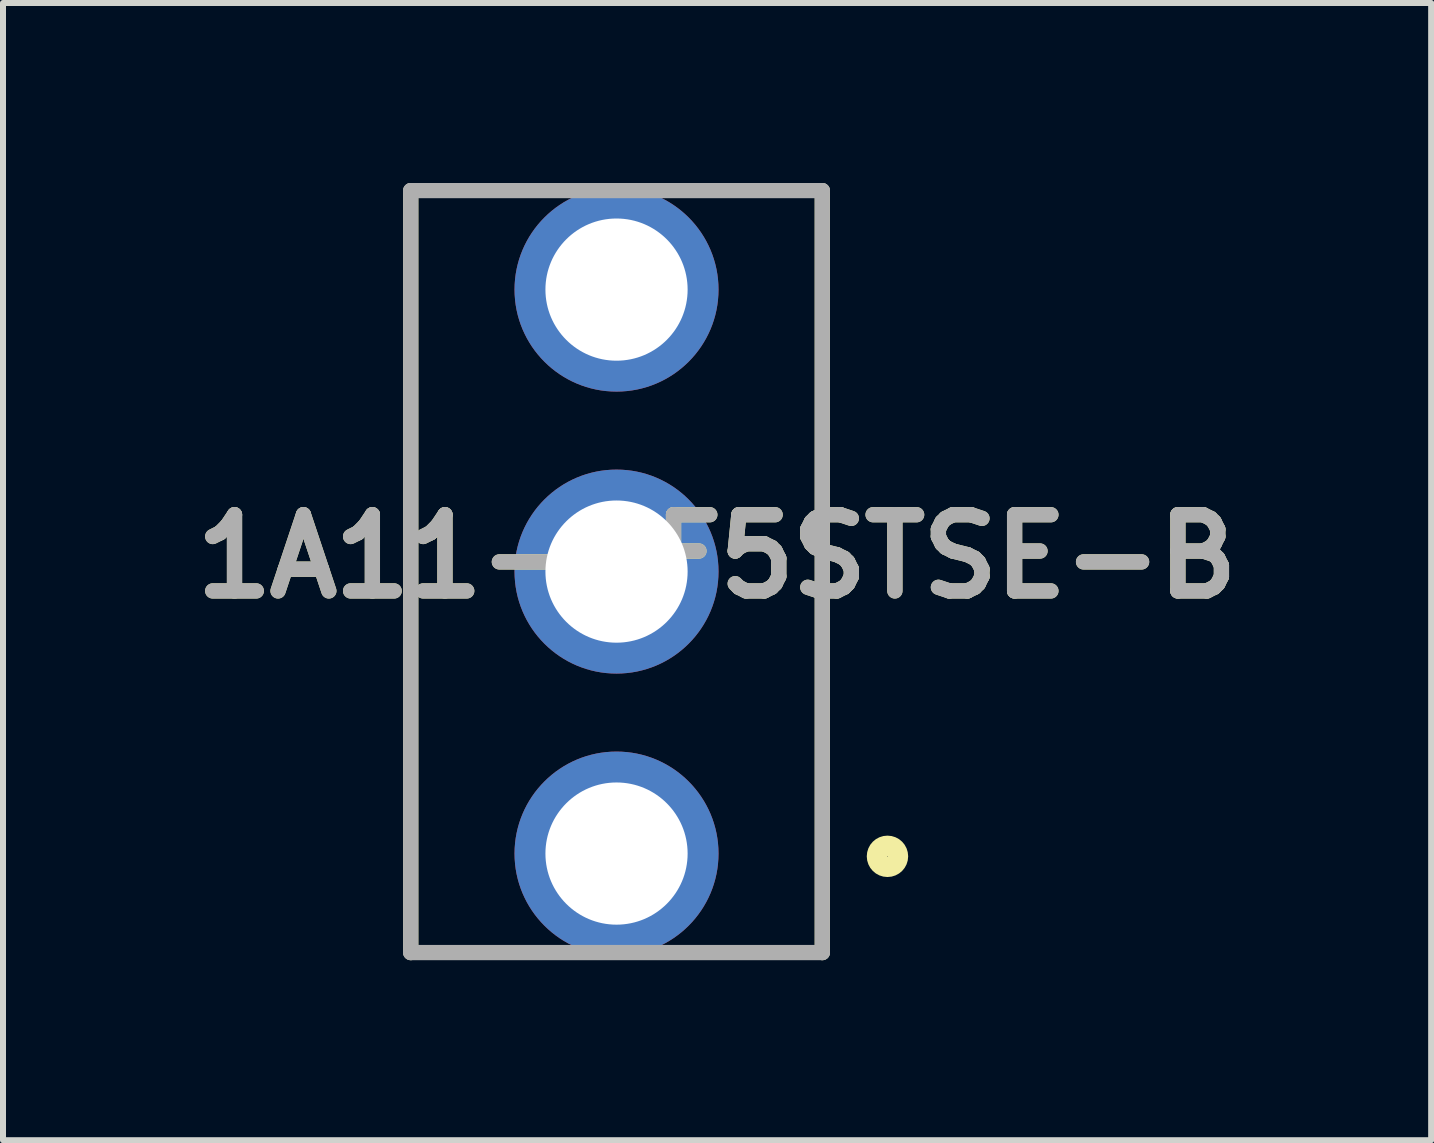
<source format=kicad_pcb>
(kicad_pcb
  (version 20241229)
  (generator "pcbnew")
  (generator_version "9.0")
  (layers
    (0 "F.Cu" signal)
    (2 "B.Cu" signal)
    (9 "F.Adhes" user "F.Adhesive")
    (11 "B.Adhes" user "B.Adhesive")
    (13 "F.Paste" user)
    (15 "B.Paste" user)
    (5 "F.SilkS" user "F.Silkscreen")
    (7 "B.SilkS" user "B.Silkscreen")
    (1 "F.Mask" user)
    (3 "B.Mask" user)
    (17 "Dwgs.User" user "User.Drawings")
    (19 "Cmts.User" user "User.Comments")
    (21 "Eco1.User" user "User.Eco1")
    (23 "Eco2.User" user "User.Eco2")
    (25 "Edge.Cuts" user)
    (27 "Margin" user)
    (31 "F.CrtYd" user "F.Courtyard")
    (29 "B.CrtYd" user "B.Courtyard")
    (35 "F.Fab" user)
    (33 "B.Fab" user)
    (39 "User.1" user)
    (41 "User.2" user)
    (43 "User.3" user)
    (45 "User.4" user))
  (footprint "1A11-NF5STSE-B"
    (layer "F.Cu")
    (at 7.226 6.477)
    (property "Reference" "1A11-NF5STSE-B" (at 1.676 -0.252 0) (layer "F.SilkS") (effects (font (size 1.27 1.27) (thickness 0.254))))
    (attr through_hole)
    (fp_line (start -3.43 6.35) (end -3.43 -6.35) (stroke (width 0.254) (type solid)) (layer "F.SilkS"))
    (fp_line (start 3.43 -6.35) (end 3.43 6.35) (stroke (width 0.254) (type solid)) (layer "F.SilkS"))
    (fp_circle (center 4.516 4.746) (end 4.516 4.921) (stroke (width 0.34) (type solid)) (fill no) (layer "F.SilkS"))
    (fp_line (start -3.43 -6.35) (end 3.43 -6.35) (stroke (width 0.254) (type solid)) (layer "F.Fab"))
    (fp_line (start -3.43 6.35) (end -3.43 -6.35) (stroke (width 0.254) (type solid)) (layer "F.Fab"))
    (fp_line (start 3.43 -6.35) (end 3.43 6.35) (stroke (width 0.254) (type solid)) (layer "F.Fab"))
    (fp_line (start 3.43 6.35) (end -3.43 6.35) (stroke (width 0.254) (type solid)) (layer "F.Fab"))
    (fp_text user "${REFERENCE}" (at 1.676 -0.252 0) (layer "F.Fab") (effects (font (size 1.27 1.27) (thickness 0.254))))
    (pad "1" thru_hole circle (at 0 4.7) (size 3.4 3.4) (drill 2.37) (layers "*.Cu" "*.Mask"))
    (pad "2" thru_hole circle (at 0 0) (size 3.4 3.4) (drill 2.37) (layers "*.Cu" "*.Mask"))
    (pad "3" thru_hole circle (at 0 -4.7) (size 3.4 3.4) (drill 2.37) (layers "*.Cu" "*.Mask")))
  (gr_rect
    (start -3 -3)
    (end 20.804 15.954)
    (stroke (width 0.1) (type default))
    (fill no)
    (layer "Edge.Cuts")))
</source>
